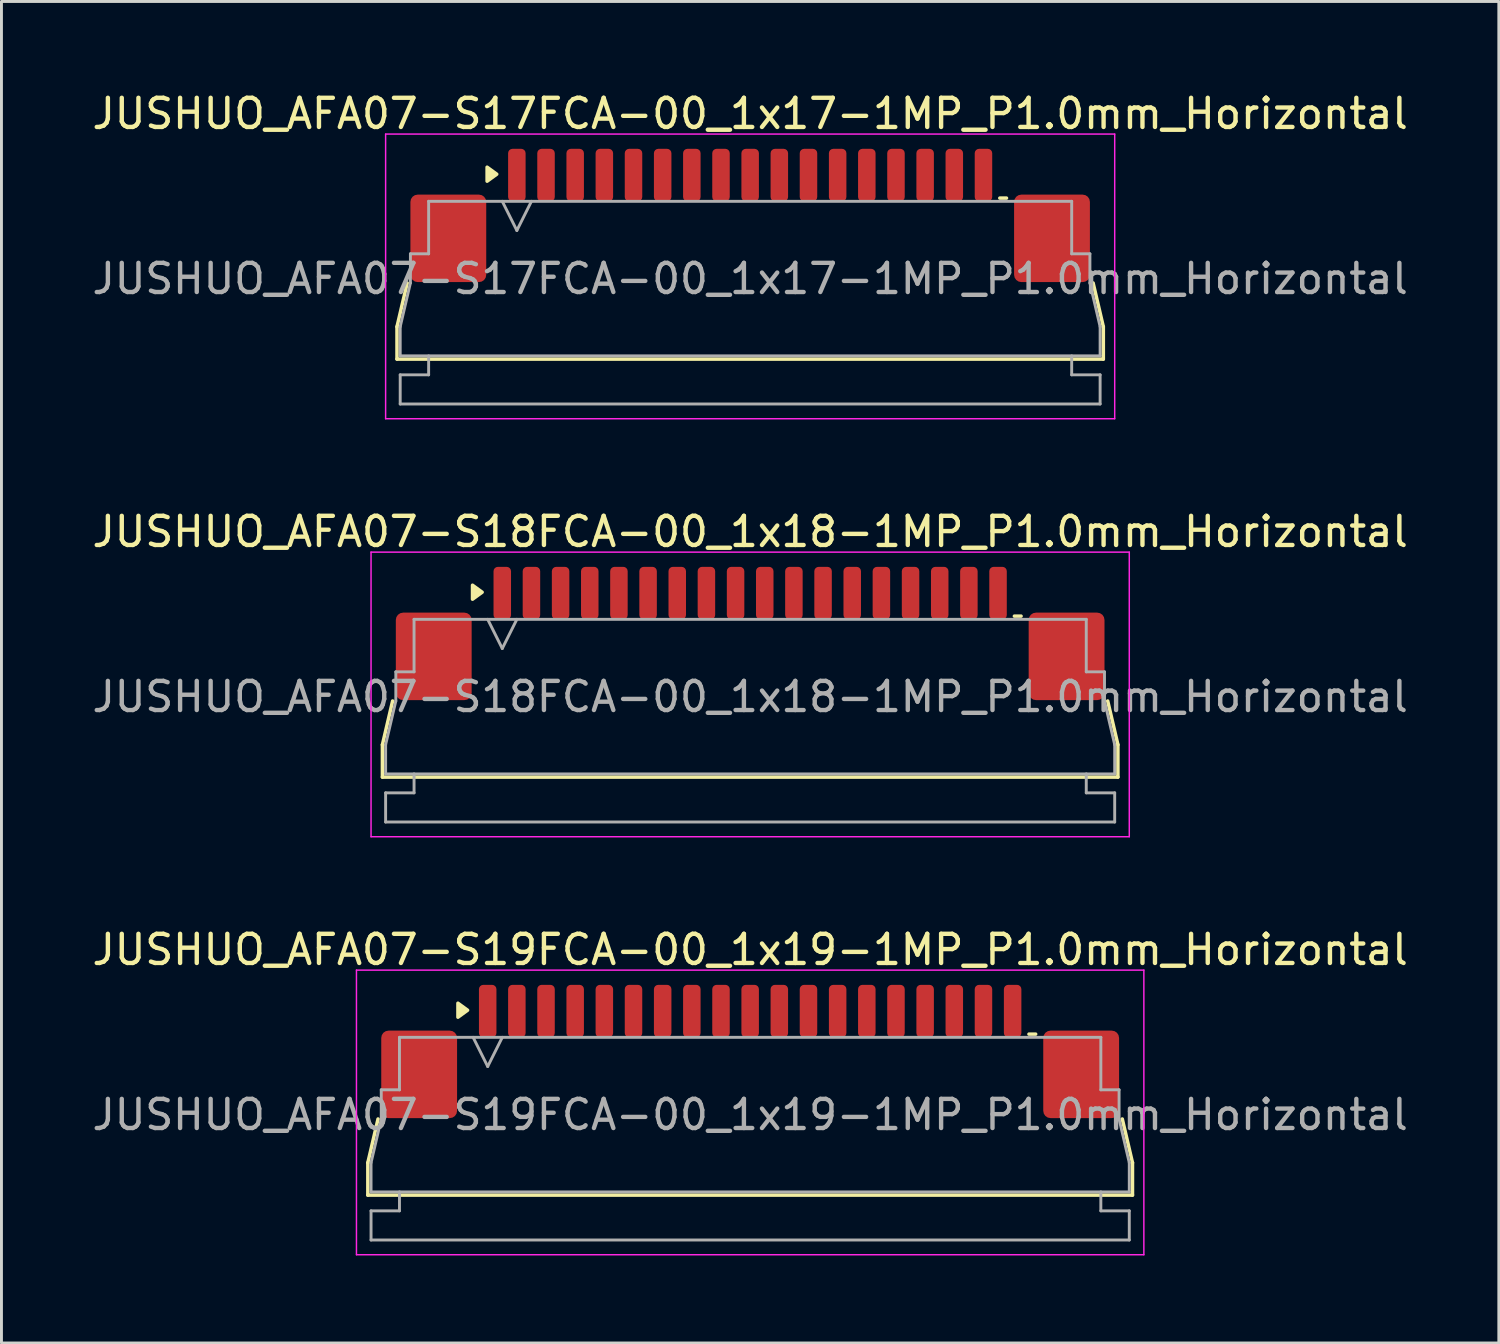
<source format=kicad_pcb>
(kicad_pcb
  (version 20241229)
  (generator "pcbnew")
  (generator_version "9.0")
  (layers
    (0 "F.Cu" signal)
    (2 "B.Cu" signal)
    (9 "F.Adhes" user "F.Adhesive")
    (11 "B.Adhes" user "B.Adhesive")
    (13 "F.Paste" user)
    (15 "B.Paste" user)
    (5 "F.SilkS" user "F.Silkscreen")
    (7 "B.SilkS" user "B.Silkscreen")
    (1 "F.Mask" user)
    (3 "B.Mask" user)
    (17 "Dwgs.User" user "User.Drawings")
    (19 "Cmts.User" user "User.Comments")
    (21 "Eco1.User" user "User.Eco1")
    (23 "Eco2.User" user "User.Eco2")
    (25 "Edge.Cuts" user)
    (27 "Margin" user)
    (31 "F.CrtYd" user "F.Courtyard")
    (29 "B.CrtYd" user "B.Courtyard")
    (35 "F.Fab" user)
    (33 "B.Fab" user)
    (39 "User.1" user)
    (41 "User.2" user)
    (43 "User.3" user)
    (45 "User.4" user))
  (footprint "JUSHUO_AFA07-S17FCA-00_1x17-1MP_P1.0mm_Horizontal"
    (layer "F.Cu")
    (at 22.673 6.328)
    (property "Reference" "JUSHUO_AFA07-S17FCA-00_1x17-1MP_P1.0mm_Horizontal" (at 0 -5.48 0) (layer "F.SilkS") (effects (font (size 1 1) (thickness 0.15))))
    (attr smd)
    (fp_line (start -12.11 1.825) (end -11.76 0.325) (stroke (width 0.12) (type solid)) (layer "F.SilkS"))
    (fp_line (start -12.11 2.935) (end -12.11 1.825) (stroke (width 0.12) (type solid)) (layer "F.SilkS"))
    (fp_line (start 8.56 -2.585) (end 8.79 -2.585) (stroke (width 0.12) (type solid)) (layer "F.SilkS"))
    (fp_line (start 11.76 0.325) (end 12.11 1.825) (stroke (width 0.12) (type solid)) (layer "F.SilkS"))
    (fp_line (start 12.11 1.825) (end 12.11 2.935) (stroke (width 0.12) (type solid)) (layer "F.SilkS"))
    (fp_line (start 12.11 2.935) (end -12.11 2.935) (stroke (width 0.12) (type solid)) (layer "F.SilkS"))
    (fp_poly (pts (xy -8.69 -3.405) (xy -9.02 -3.165) (xy -9.02 -3.645)) (stroke (width 0.12) (type solid)) (fill yes) (layer "F.SilkS"))
    (fp_line (start -12.5 -4.78) (end -12.5 4.98) (stroke (width 0.05) (type solid)) (layer "F.CrtYd"))
    (fp_line (start -12.5 4.98) (end 12.5 4.98) (stroke (width 0.05) (type solid)) (layer "F.CrtYd"))
    (fp_line (start 12.5 -4.78) (end -12.5 -4.78) (stroke (width 0.05) (type solid)) (layer "F.CrtYd"))
    (fp_line (start 12.5 4.98) (end 12.5 -4.78) (stroke (width 0.05) (type solid)) (layer "F.CrtYd"))
    (fp_line (start -12 1.825) (end -11.65 0.325) (stroke (width 0.1) (type solid)) (layer "F.Fab"))
    (fp_line (start -12 2.825) (end -12 1.825) (stroke (width 0.1) (type solid)) (layer "F.Fab"))
    (fp_line (start -12 3.475) (end -11.025 3.475) (stroke (width 0.1) (type solid)) (layer "F.Fab"))
    (fp_line (start -12 4.475) (end -12 3.475) (stroke (width 0.1) (type solid)) (layer "F.Fab"))
    (fp_line (start -11.65 -0.675) (end -11.025 -0.675) (stroke (width 0.1) (type solid)) (layer "F.Fab"))
    (fp_line (start -11.65 0.325) (end -11.65 -0.675) (stroke (width 0.1) (type solid)) (layer "F.Fab"))
    (fp_line (start -11.025 -2.475) (end 11.025 -2.475) (stroke (width 0.1) (type solid)) (layer "F.Fab"))
    (fp_line (start -11.025 -0.675) (end -11.025 -2.475) (stroke (width 0.1) (type solid)) (layer "F.Fab"))
    (fp_line (start -11.025 3.475) (end -11.025 2.825) (stroke (width 0.1) (type solid)) (layer "F.Fab"))
    (fp_line (start -8.5 -2.475) (end -8 -1.475) (stroke (width 0.1) (type solid)) (layer "F.Fab"))
    (fp_line (start -8 -1.475) (end -7.5 -2.475) (stroke (width 0.1) (type solid)) (layer "F.Fab"))
    (fp_line (start 11.025 -2.475) (end 11.025 -0.675) (stroke (width 0.1) (type solid)) (layer "F.Fab"))
    (fp_line (start 11.025 -0.675) (end 11.65 -0.675) (stroke (width 0.1) (type solid)) (layer "F.Fab"))
    (fp_line (start 11.025 2.825) (end 11.025 3.475) (stroke (width 0.1) (type solid)) (layer "F.Fab"))
    (fp_line (start 11.025 3.475) (end 12 3.475) (stroke (width 0.1) (type solid)) (layer "F.Fab"))
    (fp_line (start 11.65 -0.675) (end 11.65 0.325) (stroke (width 0.1) (type solid)) (layer "F.Fab"))
    (fp_line (start 11.65 0.325) (end 12 1.825) (stroke (width 0.1) (type solid)) (layer "F.Fab"))
    (fp_line (start 12 1.825) (end 12 2.825) (stroke (width 0.1) (type solid)) (layer "F.Fab"))
    (fp_line (start 12 2.825) (end -12 2.825) (stroke (width 0.1) (type solid)) (layer "F.Fab"))
    (fp_line (start 12 3.475) (end 12 4.475) (stroke (width 0.1) (type solid)) (layer "F.Fab"))
    (fp_line (start 12 4.475) (end -12 4.475) (stroke (width 0.1) (type solid)) (layer "F.Fab"))
    (fp_text user "${REFERENCE}" (at 0 0.18 0) (layer "F.Fab") (effects (font (size 1 1) (thickness 0.15))))
    (pad "1" smd roundrect (at -8 -3.375) (size 0.6 1.8) (layers "F.Cu" "F.Mask" "F.Paste") (roundrect_rratio 0.25))
    (pad "2" smd roundrect (at -7 -3.375) (size 0.6 1.8) (layers "F.Cu" "F.Mask" "F.Paste") (roundrect_rratio 0.25))
    (pad "3" smd roundrect (at -6 -3.375) (size 0.6 1.8) (layers "F.Cu" "F.Mask" "F.Paste") (roundrect_rratio 0.25))
    (pad "4" smd roundrect (at -5 -3.375) (size 0.6 1.8) (layers "F.Cu" "F.Mask" "F.Paste") (roundrect_rratio 0.25))
    (pad "5" smd roundrect (at -4 -3.375) (size 0.6 1.8) (layers "F.Cu" "F.Mask" "F.Paste") (roundrect_rratio 0.25))
    (pad "6" smd roundrect (at -3 -3.375) (size 0.6 1.8) (layers "F.Cu" "F.Mask" "F.Paste") (roundrect_rratio 0.25))
    (pad "7" smd roundrect (at -2 -3.375) (size 0.6 1.8) (layers "F.Cu" "F.Mask" "F.Paste") (roundrect_rratio 0.25))
    (pad "8" smd roundrect (at -1 -3.375) (size 0.6 1.8) (layers "F.Cu" "F.Mask" "F.Paste") (roundrect_rratio 0.25))
    (pad "9" smd roundrect (at 0 -3.375) (size 0.6 1.8) (layers "F.Cu" "F.Mask" "F.Paste") (roundrect_rratio 0.25))
    (pad "10" smd roundrect (at 1 -3.375) (size 0.6 1.8) (layers "F.Cu" "F.Mask" "F.Paste") (roundrect_rratio 0.25))
    (pad "11" smd roundrect (at 2 -3.375) (size 0.6 1.8) (layers "F.Cu" "F.Mask" "F.Paste") (roundrect_rratio 0.25))
    (pad "12" smd roundrect (at 3 -3.375) (size 0.6 1.8) (layers "F.Cu" "F.Mask" "F.Paste") (roundrect_rratio 0.25))
    (pad "13" smd roundrect (at 4 -3.375) (size 0.6 1.8) (layers "F.Cu" "F.Mask" "F.Paste") (roundrect_rratio 0.25))
    (pad "14" smd roundrect (at 5 -3.375) (size 0.6 1.8) (layers "F.Cu" "F.Mask" "F.Paste") (roundrect_rratio 0.25))
    (pad "15" smd roundrect (at 6 -3.375) (size 0.6 1.8) (layers "F.Cu" "F.Mask" "F.Paste") (roundrect_rratio 0.25))
    (pad "16" smd roundrect (at 7 -3.375) (size 0.6 1.8) (layers "F.Cu" "F.Mask" "F.Paste") (roundrect_rratio 0.25))
    (pad "17" smd roundrect (at 8 -3.375) (size 0.6 1.8) (layers "F.Cu" "F.Mask" "F.Paste") (roundrect_rratio 0.25))
    (pad "MP" smd roundrect (at -10.35 -1.205) (size 2.6 3) (layers "F.Cu" "F.Mask" "F.Paste") (roundrect_rratio 0.096))
    (pad "MP" smd roundrect (at 10.35 -1.205) (size 2.6 3) (layers "F.Cu" "F.Mask" "F.Paste") (roundrect_rratio 0.096)))
  (footprint "JUSHUO_AFA07-S19FCA-00_1x19-1MP_P1.0mm_Horizontal"
    (layer "F.Cu")
    (at 22.673 34.995)
    (property "Reference" "JUSHUO_AFA07-S19FCA-00_1x19-1MP_P1.0mm_Horizontal" (at 0 -5.48 0) (layer "F.SilkS") (effects (font (size 1 1) (thickness 0.15))))
    (attr smd)
    (fp_line (start -13.11 1.825) (end -12.76 0.325) (stroke (width 0.12) (type solid)) (layer "F.SilkS"))
    (fp_line (start -13.11 2.935) (end -13.11 1.825) (stroke (width 0.12) (type solid)) (layer "F.SilkS"))
    (fp_line (start 9.56 -2.585) (end 9.79 -2.585) (stroke (width 0.12) (type solid)) (layer "F.SilkS"))
    (fp_line (start 12.76 0.325) (end 13.11 1.825) (stroke (width 0.12) (type solid)) (layer "F.SilkS"))
    (fp_line (start 13.11 1.825) (end 13.11 2.935) (stroke (width 0.12) (type solid)) (layer "F.SilkS"))
    (fp_line (start 13.11 2.935) (end -13.11 2.935) (stroke (width 0.12) (type solid)) (layer "F.SilkS"))
    (fp_poly (pts (xy -9.69 -3.405) (xy -10.02 -3.165) (xy -10.02 -3.645)) (stroke (width 0.12) (type solid)) (fill yes) (layer "F.SilkS"))
    (fp_line (start -13.5 -4.78) (end -13.5 4.98) (stroke (width 0.05) (type solid)) (layer "F.CrtYd"))
    (fp_line (start -13.5 4.98) (end 13.5 4.98) (stroke (width 0.05) (type solid)) (layer "F.CrtYd"))
    (fp_line (start 13.5 -4.78) (end -13.5 -4.78) (stroke (width 0.05) (type solid)) (layer "F.CrtYd"))
    (fp_line (start 13.5 4.98) (end 13.5 -4.78) (stroke (width 0.05) (type solid)) (layer "F.CrtYd"))
    (fp_line (start -13 1.825) (end -12.65 0.325) (stroke (width 0.1) (type solid)) (layer "F.Fab"))
    (fp_line (start -13 2.825) (end -13 1.825) (stroke (width 0.1) (type solid)) (layer "F.Fab"))
    (fp_line (start -13 3.475) (end -12.025 3.475) (stroke (width 0.1) (type solid)) (layer "F.Fab"))
    (fp_line (start -13 4.475) (end -13 3.475) (stroke (width 0.1) (type solid)) (layer "F.Fab"))
    (fp_line (start -12.65 -0.675) (end -12.025 -0.675) (stroke (width 0.1) (type solid)) (layer "F.Fab"))
    (fp_line (start -12.65 0.325) (end -12.65 -0.675) (stroke (width 0.1) (type solid)) (layer "F.Fab"))
    (fp_line (start -12.025 -2.475) (end 12.025 -2.475) (stroke (width 0.1) (type solid)) (layer "F.Fab"))
    (fp_line (start -12.025 -0.675) (end -12.025 -2.475) (stroke (width 0.1) (type solid)) (layer "F.Fab"))
    (fp_line (start -12.025 3.475) (end -12.025 2.825) (stroke (width 0.1) (type solid)) (layer "F.Fab"))
    (fp_line (start -9.5 -2.475) (end -9 -1.475) (stroke (width 0.1) (type solid)) (layer "F.Fab"))
    (fp_line (start -9 -1.475) (end -8.5 -2.475) (stroke (width 0.1) (type solid)) (layer "F.Fab"))
    (fp_line (start 12.025 -2.475) (end 12.025 -0.675) (stroke (width 0.1) (type solid)) (layer "F.Fab"))
    (fp_line (start 12.025 -0.675) (end 12.65 -0.675) (stroke (width 0.1) (type solid)) (layer "F.Fab"))
    (fp_line (start 12.025 2.825) (end 12.025 3.475) (stroke (width 0.1) (type solid)) (layer "F.Fab"))
    (fp_line (start 12.025 3.475) (end 13 3.475) (stroke (width 0.1) (type solid)) (layer "F.Fab"))
    (fp_line (start 12.65 -0.675) (end 12.65 0.325) (stroke (width 0.1) (type solid)) (layer "F.Fab"))
    (fp_line (start 12.65 0.325) (end 13 1.825) (stroke (width 0.1) (type solid)) (layer "F.Fab"))
    (fp_line (start 13 1.825) (end 13 2.825) (stroke (width 0.1) (type solid)) (layer "F.Fab"))
    (fp_line (start 13 2.825) (end -13 2.825) (stroke (width 0.1) (type solid)) (layer "F.Fab"))
    (fp_line (start 13 3.475) (end 13 4.475) (stroke (width 0.1) (type solid)) (layer "F.Fab"))
    (fp_line (start 13 4.475) (end -13 4.475) (stroke (width 0.1) (type solid)) (layer "F.Fab"))
    (fp_text user "${REFERENCE}" (at 0 0.18 0) (layer "F.Fab") (effects (font (size 1 1) (thickness 0.15))))
    (pad "1" smd roundrect (at -9 -3.375) (size 0.6 1.8) (layers "F.Cu" "F.Mask" "F.Paste") (roundrect_rratio 0.25))
    (pad "2" smd roundrect (at -8 -3.375) (size 0.6 1.8) (layers "F.Cu" "F.Mask" "F.Paste") (roundrect_rratio 0.25))
    (pad "3" smd roundrect (at -7 -3.375) (size 0.6 1.8) (layers "F.Cu" "F.Mask" "F.Paste") (roundrect_rratio 0.25))
    (pad "4" smd roundrect (at -6 -3.375) (size 0.6 1.8) (layers "F.Cu" "F.Mask" "F.Paste") (roundrect_rratio 0.25))
    (pad "5" smd roundrect (at -5 -3.375) (size 0.6 1.8) (layers "F.Cu" "F.Mask" "F.Paste") (roundrect_rratio 0.25))
    (pad "6" smd roundrect (at -4 -3.375) (size 0.6 1.8) (layers "F.Cu" "F.Mask" "F.Paste") (roundrect_rratio 0.25))
    (pad "7" smd roundrect (at -3 -3.375) (size 0.6 1.8) (layers "F.Cu" "F.Mask" "F.Paste") (roundrect_rratio 0.25))
    (pad "8" smd roundrect (at -2 -3.375) (size 0.6 1.8) (layers "F.Cu" "F.Mask" "F.Paste") (roundrect_rratio 0.25))
    (pad "9" smd roundrect (at -1 -3.375) (size 0.6 1.8) (layers "F.Cu" "F.Mask" "F.Paste") (roundrect_rratio 0.25))
    (pad "10" smd roundrect (at 0 -3.375) (size 0.6 1.8) (layers "F.Cu" "F.Mask" "F.Paste") (roundrect_rratio 0.25))
    (pad "11" smd roundrect (at 1 -3.375) (size 0.6 1.8) (layers "F.Cu" "F.Mask" "F.Paste") (roundrect_rratio 0.25))
    (pad "12" smd roundrect (at 2 -3.375) (size 0.6 1.8) (layers "F.Cu" "F.Mask" "F.Paste") (roundrect_rratio 0.25))
    (pad "13" smd roundrect (at 3 -3.375) (size 0.6 1.8) (layers "F.Cu" "F.Mask" "F.Paste") (roundrect_rratio 0.25))
    (pad "14" smd roundrect (at 4 -3.375) (size 0.6 1.8) (layers "F.Cu" "F.Mask" "F.Paste") (roundrect_rratio 0.25))
    (pad "15" smd roundrect (at 5 -3.375) (size 0.6 1.8) (layers "F.Cu" "F.Mask" "F.Paste") (roundrect_rratio 0.25))
    (pad "16" smd roundrect (at 6 -3.375) (size 0.6 1.8) (layers "F.Cu" "F.Mask" "F.Paste") (roundrect_rratio 0.25))
    (pad "17" smd roundrect (at 7 -3.375) (size 0.6 1.8) (layers "F.Cu" "F.Mask" "F.Paste") (roundrect_rratio 0.25))
    (pad "18" smd roundrect (at 8 -3.375) (size 0.6 1.8) (layers "F.Cu" "F.Mask" "F.Paste") (roundrect_rratio 0.25))
    (pad "19" smd roundrect (at 9 -3.375) (size 0.6 1.8) (layers "F.Cu" "F.Mask" "F.Paste") (roundrect_rratio 0.25))
    (pad "MP" smd roundrect (at -11.35 -1.205) (size 2.6 3) (layers "F.Cu" "F.Mask" "F.Paste") (roundrect_rratio 0.096))
    (pad "MP" smd roundrect (at 11.35 -1.205) (size 2.6 3) (layers "F.Cu" "F.Mask" "F.Paste") (roundrect_rratio 0.096)))
  (footprint "JUSHUO_AFA07-S18FCA-00_1x18-1MP_P1.0mm_Horizontal"
    (layer "F.Cu")
    (at 22.673 20.662)
    (property "Reference" "JUSHUO_AFA07-S18FCA-00_1x18-1MP_P1.0mm_Horizontal" (at 0 -5.48 0) (layer "F.SilkS") (effects (font (size 1 1) (thickness 0.15))))
    (attr smd)
    (fp_line (start -12.61 1.825) (end -12.26 0.325) (stroke (width 0.12) (type solid)) (layer "F.SilkS"))
    (fp_line (start -12.61 2.935) (end -12.61 1.825) (stroke (width 0.12) (type solid)) (layer "F.SilkS"))
    (fp_line (start 9.06 -2.585) (end 9.29 -2.585) (stroke (width 0.12) (type solid)) (layer "F.SilkS"))
    (fp_line (start 12.26 0.325) (end 12.61 1.825) (stroke (width 0.12) (type solid)) (layer "F.SilkS"))
    (fp_line (start 12.61 1.825) (end 12.61 2.935) (stroke (width 0.12) (type solid)) (layer "F.SilkS"))
    (fp_line (start 12.61 2.935) (end -12.61 2.935) (stroke (width 0.12) (type solid)) (layer "F.SilkS"))
    (fp_poly (pts (xy -9.19 -3.405) (xy -9.52 -3.165) (xy -9.52 -3.645)) (stroke (width 0.12) (type solid)) (fill yes) (layer "F.SilkS"))
    (fp_line (start -13 -4.78) (end -13 4.98) (stroke (width 0.05) (type solid)) (layer "F.CrtYd"))
    (fp_line (start -13 4.98) (end 13 4.98) (stroke (width 0.05) (type solid)) (layer "F.CrtYd"))
    (fp_line (start 13 -4.78) (end -13 -4.78) (stroke (width 0.05) (type solid)) (layer "F.CrtYd"))
    (fp_line (start 13 4.98) (end 13 -4.78) (stroke (width 0.05) (type solid)) (layer "F.CrtYd"))
    (fp_line (start -12.5 1.825) (end -12.15 0.325) (stroke (width 0.1) (type solid)) (layer "F.Fab"))
    (fp_line (start -12.5 2.825) (end -12.5 1.825) (stroke (width 0.1) (type solid)) (layer "F.Fab"))
    (fp_line (start -12.5 3.475) (end -11.525 3.475) (stroke (width 0.1) (type solid)) (layer "F.Fab"))
    (fp_line (start -12.5 4.475) (end -12.5 3.475) (stroke (width 0.1) (type solid)) (layer "F.Fab"))
    (fp_line (start -12.15 -0.675) (end -11.525 -0.675) (stroke (width 0.1) (type solid)) (layer "F.Fab"))
    (fp_line (start -12.15 0.325) (end -12.15 -0.675) (stroke (width 0.1) (type solid)) (layer "F.Fab"))
    (fp_line (start -11.525 -2.475) (end 11.525 -2.475) (stroke (width 0.1) (type solid)) (layer "F.Fab"))
    (fp_line (start -11.525 -0.675) (end -11.525 -2.475) (stroke (width 0.1) (type solid)) (layer "F.Fab"))
    (fp_line (start -11.525 3.475) (end -11.525 2.825) (stroke (width 0.1) (type solid)) (layer "F.Fab"))
    (fp_line (start -9 -2.475) (end -8.5 -1.475) (stroke (width 0.1) (type solid)) (layer "F.Fab"))
    (fp_line (start -8.5 -1.475) (end -8 -2.475) (stroke (width 0.1) (type solid)) (layer "F.Fab"))
    (fp_line (start 11.525 -2.475) (end 11.525 -0.675) (stroke (width 0.1) (type solid)) (layer "F.Fab"))
    (fp_line (start 11.525 -0.675) (end 12.15 -0.675) (stroke (width 0.1) (type solid)) (layer "F.Fab"))
    (fp_line (start 11.525 2.825) (end 11.525 3.475) (stroke (width 0.1) (type solid)) (layer "F.Fab"))
    (fp_line (start 11.525 3.475) (end 12.5 3.475) (stroke (width 0.1) (type solid)) (layer "F.Fab"))
    (fp_line (start 12.15 -0.675) (end 12.15 0.325) (stroke (width 0.1) (type solid)) (layer "F.Fab"))
    (fp_line (start 12.15 0.325) (end 12.5 1.825) (stroke (width 0.1) (type solid)) (layer "F.Fab"))
    (fp_line (start 12.5 1.825) (end 12.5 2.825) (stroke (width 0.1) (type solid)) (layer "F.Fab"))
    (fp_line (start 12.5 2.825) (end -12.5 2.825) (stroke (width 0.1) (type solid)) (layer "F.Fab"))
    (fp_line (start 12.5 3.475) (end 12.5 4.475) (stroke (width 0.1) (type solid)) (layer "F.Fab"))
    (fp_line (start 12.5 4.475) (end -12.5 4.475) (stroke (width 0.1) (type solid)) (layer "F.Fab"))
    (fp_text user "${REFERENCE}" (at 0 0.18 0) (layer "F.Fab") (effects (font (size 1 1) (thickness 0.15))))
    (pad "1" smd roundrect (at -8.5 -3.375) (size 0.6 1.8) (layers "F.Cu" "F.Mask" "F.Paste") (roundrect_rratio 0.25))
    (pad "2" smd roundrect (at -7.5 -3.375) (size 0.6 1.8) (layers "F.Cu" "F.Mask" "F.Paste") (roundrect_rratio 0.25))
    (pad "3" smd roundrect (at -6.5 -3.375) (size 0.6 1.8) (layers "F.Cu" "F.Mask" "F.Paste") (roundrect_rratio 0.25))
    (pad "4" smd roundrect (at -5.5 -3.375) (size 0.6 1.8) (layers "F.Cu" "F.Mask" "F.Paste") (roundrect_rratio 0.25))
    (pad "5" smd roundrect (at -4.5 -3.375) (size 0.6 1.8) (layers "F.Cu" "F.Mask" "F.Paste") (roundrect_rratio 0.25))
    (pad "6" smd roundrect (at -3.5 -3.375) (size 0.6 1.8) (layers "F.Cu" "F.Mask" "F.Paste") (roundrect_rratio 0.25))
    (pad "7" smd roundrect (at -2.5 -3.375) (size 0.6 1.8) (layers "F.Cu" "F.Mask" "F.Paste") (roundrect_rratio 0.25))
    (pad "8" smd roundrect (at -1.5 -3.375) (size 0.6 1.8) (layers "F.Cu" "F.Mask" "F.Paste") (roundrect_rratio 0.25))
    (pad "9" smd roundrect (at -0.5 -3.375) (size 0.6 1.8) (layers "F.Cu" "F.Mask" "F.Paste") (roundrect_rratio 0.25))
    (pad "10" smd roundrect (at 0.5 -3.375) (size 0.6 1.8) (layers "F.Cu" "F.Mask" "F.Paste") (roundrect_rratio 0.25))
    (pad "11" smd roundrect (at 1.5 -3.375) (size 0.6 1.8) (layers "F.Cu" "F.Mask" "F.Paste") (roundrect_rratio 0.25))
    (pad "12" smd roundrect (at 2.5 -3.375) (size 0.6 1.8) (layers "F.Cu" "F.Mask" "F.Paste") (roundrect_rratio 0.25))
    (pad "13" smd roundrect (at 3.5 -3.375) (size 0.6 1.8) (layers "F.Cu" "F.Mask" "F.Paste") (roundrect_rratio 0.25))
    (pad "14" smd roundrect (at 4.5 -3.375) (size 0.6 1.8) (layers "F.Cu" "F.Mask" "F.Paste") (roundrect_rratio 0.25))
    (pad "15" smd roundrect (at 5.5 -3.375) (size 0.6 1.8) (layers "F.Cu" "F.Mask" "F.Paste") (roundrect_rratio 0.25))
    (pad "16" smd roundrect (at 6.5 -3.375) (size 0.6 1.8) (layers "F.Cu" "F.Mask" "F.Paste") (roundrect_rratio 0.25))
    (pad "17" smd roundrect (at 7.5 -3.375) (size 0.6 1.8) (layers "F.Cu" "F.Mask" "F.Paste") (roundrect_rratio 0.25))
    (pad "18" smd roundrect (at 8.5 -3.375) (size 0.6 1.8) (layers "F.Cu" "F.Mask" "F.Paste") (roundrect_rratio 0.25))
    (pad "MP" smd roundrect (at -10.85 -1.205) (size 2.6 3) (layers "F.Cu" "F.Mask" "F.Paste") (roundrect_rratio 0.096))
    (pad "MP" smd roundrect (at 10.85 -1.205) (size 2.6 3) (layers "F.Cu" "F.Mask" "F.Paste") (roundrect_rratio 0.096)))
  (gr_rect
    (start -3 -3)
    (end 48.345 43)
    (stroke (width 0.1) (type default))
    (fill no)
    (layer "Edge.Cuts")))
</source>
